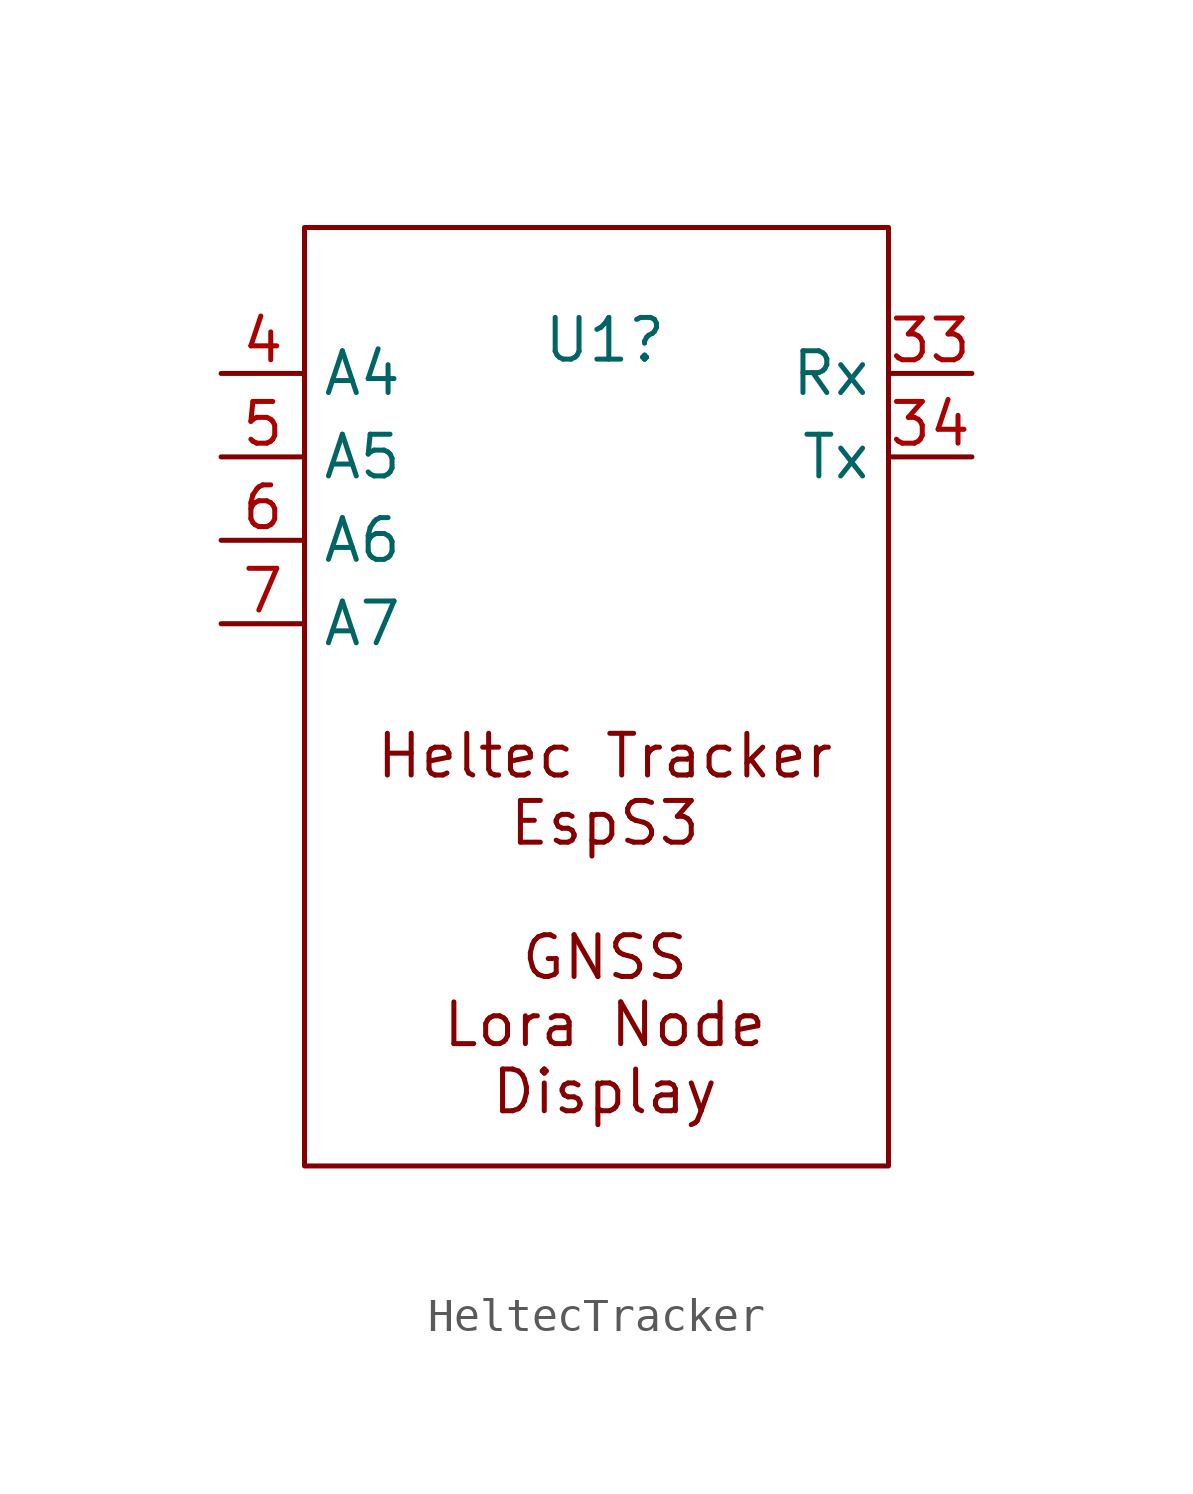
<source format=kicad_sym>
(kicad_symbol_lib
  (version 20241209)
  (generator "kicad_symbol_editor")
  (generator_version "9.0")
  (symbol "HeltecTracker"
    (property "Reference" "U1"
      (at -2.286 8.636 0)
      (effects (font (size 1.27 1.27))))
    (property "Value" ""
      (at 0 0 0)
      (effects (font (size 1.27 1.27))))
    (symbol "HeltecTracker_0_1"
      (rectangle (start -11.43 12.065) (end 6.35 -16.51) (stroke (width 0) (type default)) (fill (type none))))
    (symbol "HeltecTracker_1_1"
      (text "Heltec Tracker\nEspS3\n\nGNSS\nLora Node\nDisplay\n\n" (at -2.286 -10.16 0) (effects (font (size 1.27 1.27))))
      (pin input line (at -13.97 7.62 0) (length 2.54) (name "A4" (effects (font (size 1.27 1.27)))) (number "4" (effects (font (size 1.27 1.27)))))
      (pin input line (at -13.97 5.08 0) (length 2.54) (name "A5" (effects (font (size 1.27 1.27)))) (number "5" (effects (font (size 1.27 1.27)))))
      (pin input line (at -13.97 2.54 0) (length 2.54) (name "A6" (effects (font (size 1.27 1.27)))) (number "6" (effects (font (size 1.27 1.27)))))
      (pin input line (at -13.97 0 0) (length 2.54) (name "A7" (effects (font (size 1.27 1.27)))) (number "7" (effects (font (size 1.27 1.27)))))
      (pin input line (at 8.89 7.62 180) (length 2.54) (name "Rx" (effects (font (size 1.27 1.27)))) (number "33" (effects (font (size 1.27 1.27)))))
      (pin output line (at 8.89 5.08 180) (length 2.54) (name "Tx" (effects (font (size 1.27 1.27)))) (number "34" (effects (font (size 1.27 1.27))))))))
</source>
